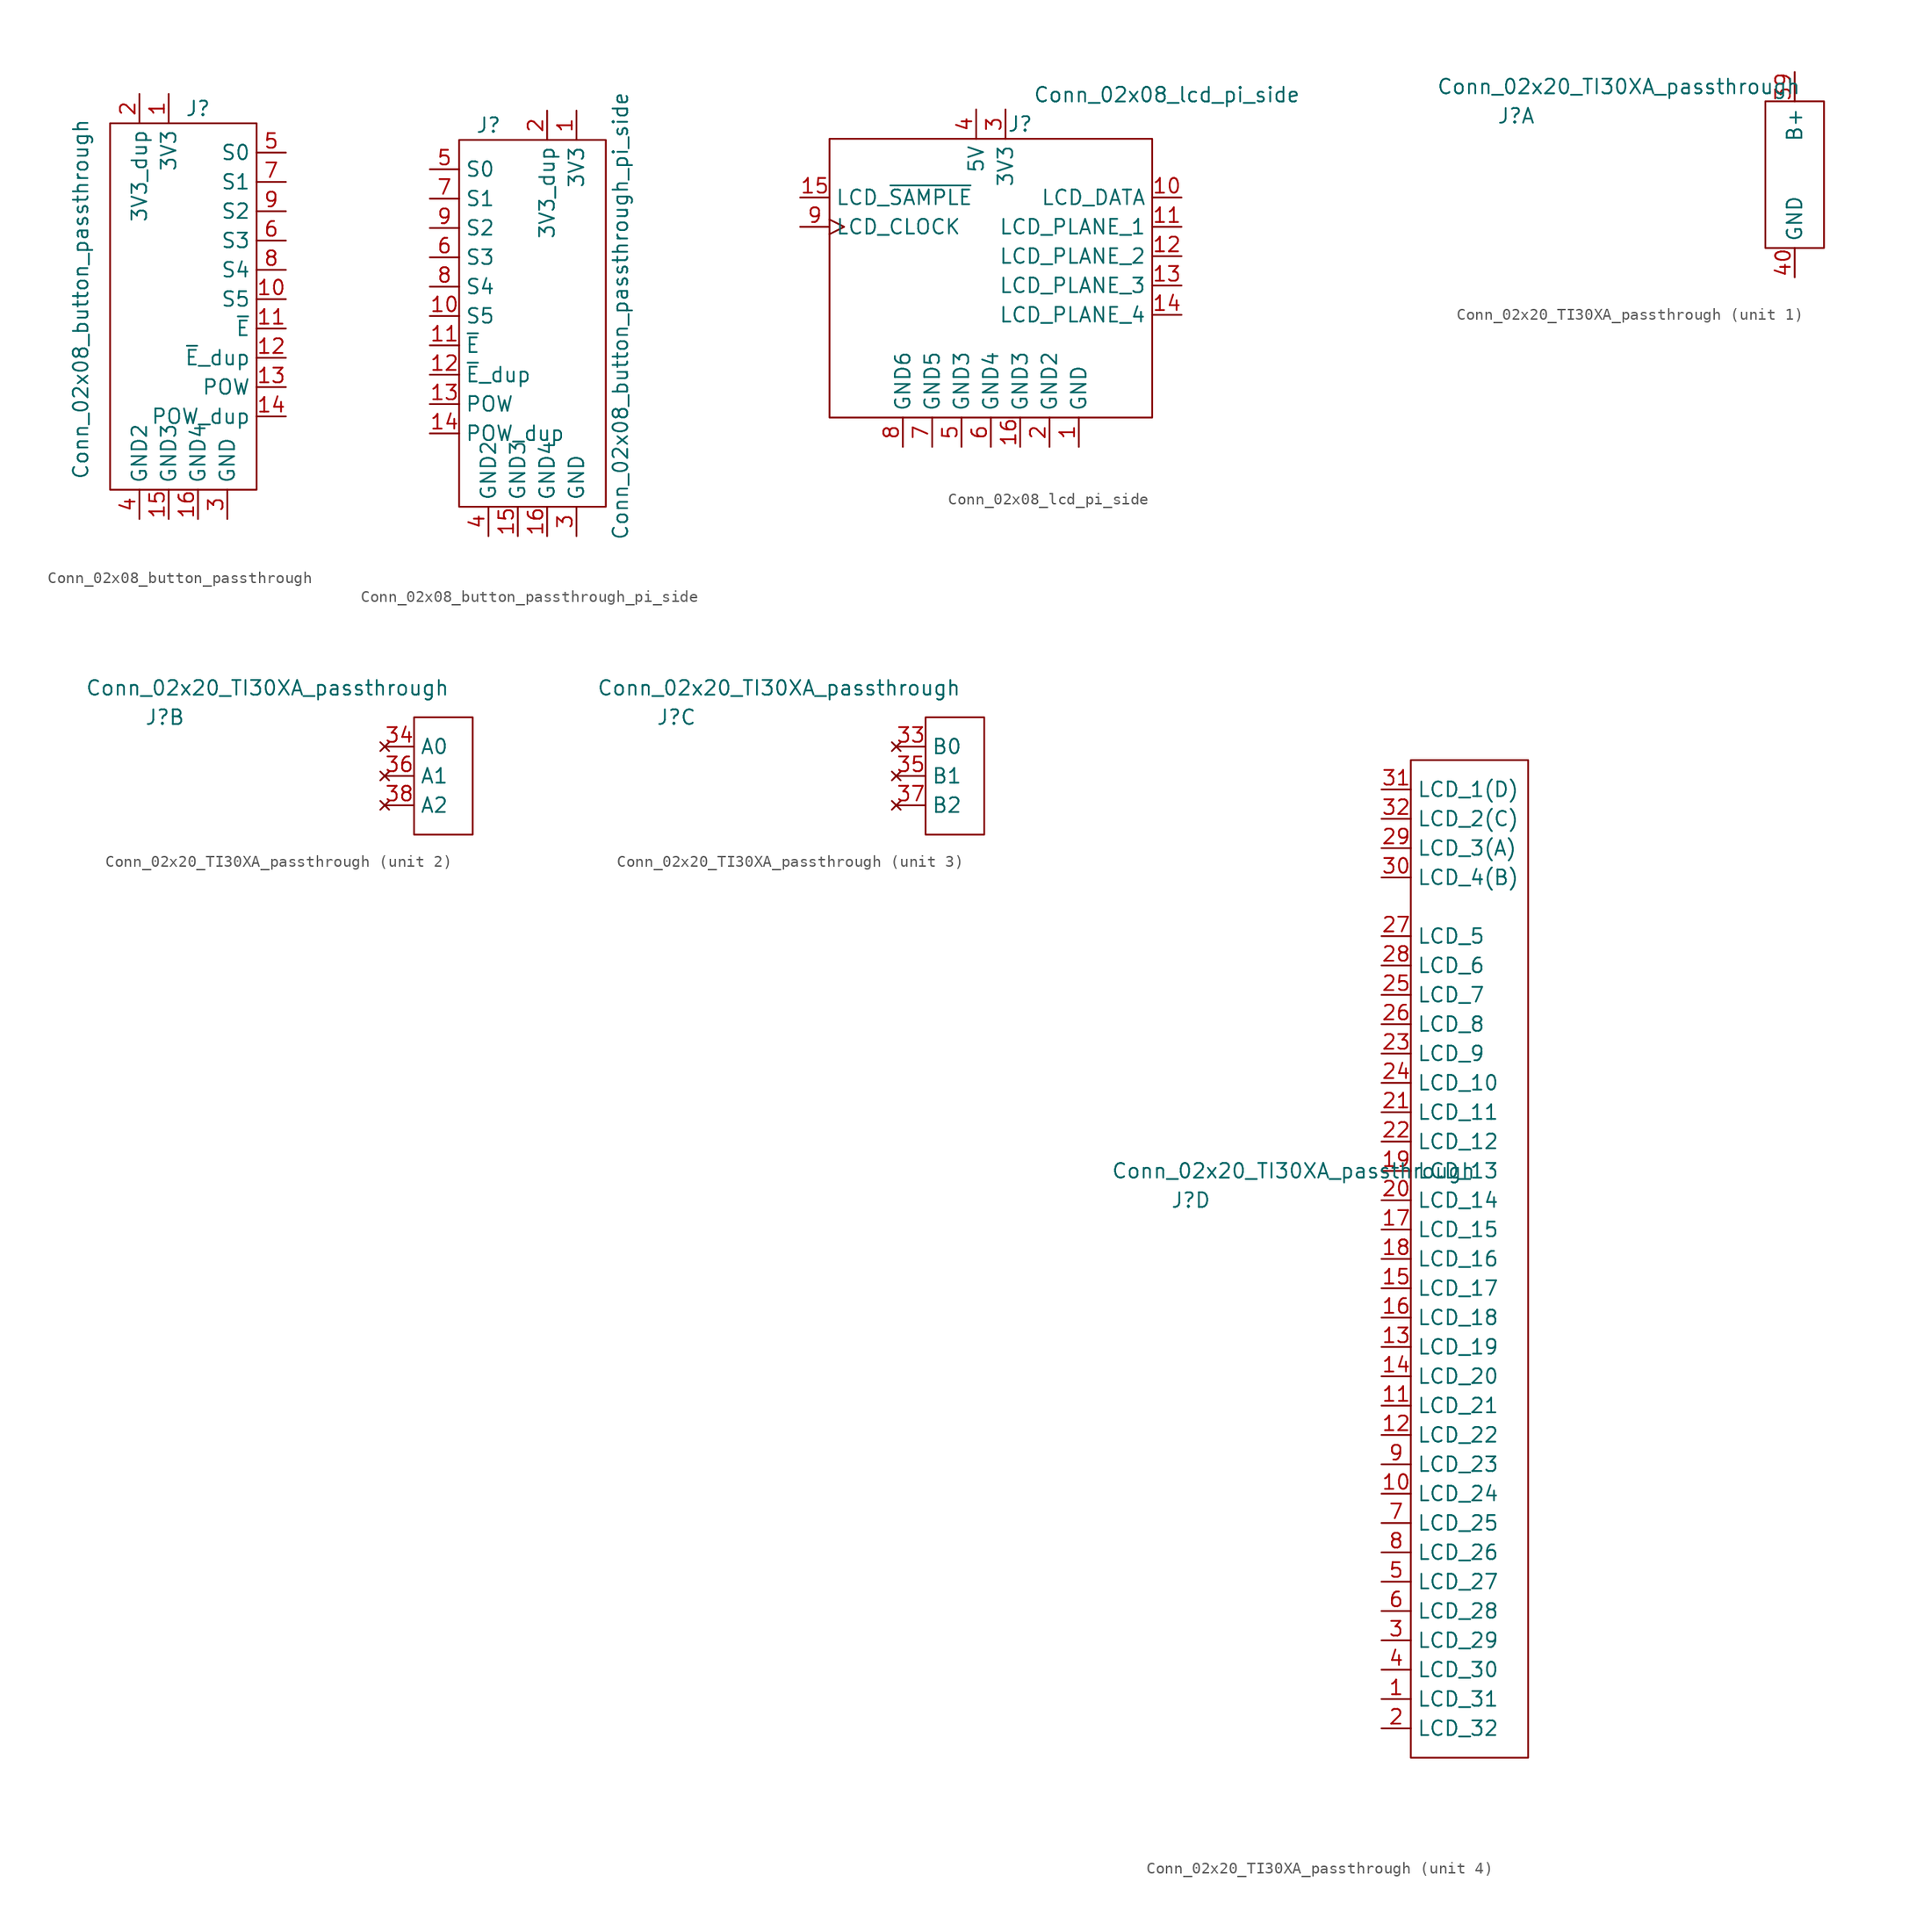
<source format=kicad_sym>
(kicad_symbol_lib
  (version 20211014)
  (generator kicad_symbol_editor)
  (symbol "Conn_02x08_button_passthrough"
    (property "Reference" "J"
      (at -1.27 11.43 0)
      (effects (font (size 1.27 1.27))))
    (property "Value" "Conn_02x08_button_passthrough"
      (at -11.43 -5.08 90)
      (effects (font (size 1.27 1.27))))
    (symbol "Conn_02x08_button_passthrough_0_1"
      (rectangle (start -8.89 10.16) (end 3.81 -21.59) (stroke (width 0) (type default) (color 0 0 0 0)) (fill (type none))))
    (symbol "Conn_02x08_button_passthrough_1_1"
      (pin power_out line (at -3.81 12.7 270) (length 2.54) (name "3V3" (effects (font (size 1.27 1.27)))) (number "1" (effects (font (size 1.27 1.27)))))
      (pin output line (at 6.35 -5.08 180) (length 2.54) (name "S5" (effects (font (size 1.27 1.27)))) (number "10" (effects (font (size 1.27 1.27)))))
      (pin output line (at 6.35 -7.62 180) (length 2.54) (name "~{E}" (effects (font (size 1.27 1.27)))) (number "11" (effects (font (size 1.27 1.27)))))
      (pin free line (at 6.35 -10.16 180) (length 2.54) (name "~{E}_dup" (effects (font (size 1.27 1.27)))) (number "12" (effects (font (size 1.27 1.27)))))
      (pin output line (at 6.35 -12.7 180) (length 2.54) (name "POW" (effects (font (size 1.27 1.27)))) (number "13" (effects (font (size 1.27 1.27)))))
      (pin free line (at 6.35 -15.24 180) (length 2.54) (name "POW_dup" (effects (font (size 1.27 1.27)))) (number "14" (effects (font (size 1.27 1.27)))))
      (pin power_in line (at -3.81 -24.13 90) (length 2.54) (name "GND3" (effects (font (size 1.27 1.27)))) (number "15" (effects (font (size 1.27 1.27)))))
      (pin power_in line (at -1.27 -24.13 90) (length 2.54) (name "GND4" (effects (font (size 1.27 1.27)))) (number "16" (effects (font (size 1.27 1.27)))))
      (pin power_in line (at -6.35 12.7 270) (length 2.54) (name "3V3_dup" (effects (font (size 1.27 1.27)))) (number "2" (effects (font (size 1.27 1.27)))))
      (pin power_in line (at 1.27 -24.13 90) (length 2.54) (name "GND" (effects (font (size 1.27 1.27)))) (number "3" (effects (font (size 1.27 1.27)))))
      (pin power_in line (at -6.35 -24.13 90) (length 2.54) (name "GND2" (effects (font (size 1.27 1.27)))) (number "4" (effects (font (size 1.27 1.27)))))
      (pin output line (at 6.35 7.62 180) (length 2.54) (name "S0" (effects (font (size 1.27 1.27)))) (number "5" (effects (font (size 1.27 1.27)))))
      (pin output line (at 6.35 0 180) (length 2.54) (name "S3" (effects (font (size 1.27 1.27)))) (number "6" (effects (font (size 1.27 1.27)))))
      (pin output line (at 6.35 5.08 180) (length 2.54) (name "S1" (effects (font (size 1.27 1.27)))) (number "7" (effects (font (size 1.27 1.27)))))
      (pin output line (at 6.35 -2.54 180) (length 2.54) (name "S4" (effects (font (size 1.27 1.27)))) (number "8" (effects (font (size 1.27 1.27)))))
      (pin output line (at 6.35 2.54 180) (length 2.54) (name "S2" (effects (font (size 1.27 1.27)))) (number "9" (effects (font (size 1.27 1.27)))))))
  (symbol "Conn_02x08_button_passthrough_pi_side"
    (property "Reference" "J"
      (at -6.35 11.43 0)
      (effects (font (size 1.27 1.27))))
    (property "Value" "Conn_02x08_button_passthrough_pi_side"
      (at 5.08 -5.08 90)
      (effects (font (size 1.27 1.27))))
    (symbol "Conn_02x08_button_passthrough_pi_side_0_1"
      (rectangle (start -8.89 10.16) (end 3.81 -21.59) (stroke (width 0) (type default) (color 0 0 0 0)) (fill (type none))))
    (symbol "Conn_02x08_button_passthrough_pi_side_1_1"
      (pin power_in line (at 1.27 12.7 270) (length 2.54) (name "3V3" (effects (font (size 1.27 1.27)))) (number "1" (effects (font (size 1.27 1.27)))))
      (pin input line (at -11.43 -5.08 0) (length 2.54) (name "S5" (effects (font (size 1.27 1.27)))) (number "10" (effects (font (size 1.27 1.27)))))
      (pin input line (at -11.43 -7.62 0) (length 2.54) (name "~{E}" (effects (font (size 1.27 1.27)))) (number "11" (effects (font (size 1.27 1.27)))))
      (pin passive line (at -11.43 -10.16 0) (length 2.54) (name "~{E}_dup" (effects (font (size 1.27 1.27)))) (number "12" (effects (font (size 1.27 1.27)))))
      (pin input line (at -11.43 -12.7 0) (length 2.54) (name "POW" (effects (font (size 1.27 1.27)))) (number "13" (effects (font (size 1.27 1.27)))))
      (pin passive line (at -11.43 -15.24 0) (length 2.54) (name "POW_dup" (effects (font (size 1.27 1.27)))) (number "14" (effects (font (size 1.27 1.27)))))
      (pin power_in line (at -3.81 -24.13 90) (length 2.54) (name "GND3" (effects (font (size 1.27 1.27)))) (number "15" (effects (font (size 1.27 1.27)))))
      (pin power_in line (at -1.27 -24.13 90) (length 2.54) (name "GND4" (effects (font (size 1.27 1.27)))) (number "16" (effects (font (size 1.27 1.27)))))
      (pin power_in line (at -1.27 12.7 270) (length 2.54) (name "3V3_dup" (effects (font (size 1.27 1.27)))) (number "2" (effects (font (size 1.27 1.27)))))
      (pin power_in line (at 1.27 -24.13 90) (length 2.54) (name "GND" (effects (font (size 1.27 1.27)))) (number "3" (effects (font (size 1.27 1.27)))))
      (pin power_in line (at -6.35 -24.13 90) (length 2.54) (name "GND2" (effects (font (size 1.27 1.27)))) (number "4" (effects (font (size 1.27 1.27)))))
      (pin input line (at -11.43 7.62 0) (length 2.54) (name "S0" (effects (font (size 1.27 1.27)))) (number "5" (effects (font (size 1.27 1.27)))))
      (pin input line (at -11.43 0 0) (length 2.54) (name "S3" (effects (font (size 1.27 1.27)))) (number "6" (effects (font (size 1.27 1.27)))))
      (pin input line (at -11.43 5.08 0) (length 2.54) (name "S1" (effects (font (size 1.27 1.27)))) (number "7" (effects (font (size 1.27 1.27)))))
      (pin input line (at -11.43 -2.54 0) (length 2.54) (name "S4" (effects (font (size 1.27 1.27)))) (number "8" (effects (font (size 1.27 1.27)))))
      (pin input line (at -11.43 2.54 0) (length 2.54) (name "S2" (effects (font (size 1.27 1.27)))) (number "9" (effects (font (size 1.27 1.27)))))))
  (symbol "Conn_02x08_lcd_pi_side"
    (property "Reference" "J"
      (at 2.54 13.97 0)
      (effects (font (size 1.27 1.27))))
    (property "Value" "Conn_02x08_lcd_pi_side"
      (at 15.24 16.51 0)
      (effects (font (size 1.27 1.27))))
    (symbol "Conn_02x08_lcd_pi_side_0_1"
      (rectangle (start -13.97 12.7) (end 13.97 -11.43) (stroke (width 0) (type default) (color 0 0 0 0)) (fill (type none))))
    (symbol "Conn_02x08_lcd_pi_side_1_1"
      (pin power_in line (at 7.62 -13.97 90) (length 2.54) (name "GND" (effects (font (size 1.27 1.27)))) (number "1" (effects (font (size 1.27 1.27)))))
      (pin output line (at 16.51 7.62 180) (length 2.54) (name "LCD_DATA" (effects (font (size 1.27 1.27)))) (number "10" (effects (font (size 1.27 1.27)))))
      (pin output line (at 16.51 5.08 180) (length 2.54) (name "LCD_PLANE_1" (effects (font (size 1.27 1.27)))) (number "11" (effects (font (size 1.27 1.27)))))
      (pin output line (at 16.51 2.54 180) (length 2.54) (name "LCD_PLANE_2" (effects (font (size 1.27 1.27)))) (number "12" (effects (font (size 1.27 1.27)))))
      (pin output line (at 16.51 0 180) (length 2.54) (name "LCD_PLANE_3" (effects (font (size 1.27 1.27)))) (number "13" (effects (font (size 1.27 1.27)))))
      (pin output line (at 16.51 -2.54 180) (length 2.54) (name "LCD_PLANE_4" (effects (font (size 1.27 1.27)))) (number "14" (effects (font (size 1.27 1.27)))))
      (pin input line (at -16.51 7.62 0) (length 2.54) (name "LCD_~{SAMPLE}" (effects (font (size 1.27 1.27)))) (number "15" (effects (font (size 1.27 1.27)))))
      (pin power_in line (at 2.54 -13.97 90) (length 2.54) (name "GND3" (effects (font (size 1.27 1.27)))) (number "16" (effects (font (size 1.27 1.27)))))
      (pin power_in line (at 5.08 -13.97 90) (length 2.54) (name "GND2" (effects (font (size 1.27 1.27)))) (number "2" (effects (font (size 1.27 1.27)))))
      (pin power_in line (at 1.27 15.24 270) (length 2.54) (name "3V3" (effects (font (size 1.27 1.27)))) (number "3" (effects (font (size 1.27 1.27)))))
      (pin power_in line (at -1.27 15.24 270) (length 2.54) (name "5V" (effects (font (size 1.27 1.27)))) (number "4" (effects (font (size 1.27 1.27)))))
      (pin power_in line (at -2.54 -13.97 90) (length 2.54) (name "GND3" (effects (font (size 1.27 1.27)))) (number "5" (effects (font (size 1.27 1.27)))))
      (pin power_in line (at 0 -13.97 90) (length 2.54) (name "GND4" (effects (font (size 1.27 1.27)))) (number "6" (effects (font (size 1.27 1.27)))))
      (pin power_in line (at -5.08 -13.97 90) (length 2.54) (name "GND5" (effects (font (size 1.27 1.27)))) (number "7" (effects (font (size 1.27 1.27)))))
      (pin power_in line (at -7.62 -13.97 90) (length 2.54) (name "GND6" (effects (font (size 1.27 1.27)))) (number "8" (effects (font (size 1.27 1.27)))))
      (pin input clock (at -16.51 5.08 0) (length 2.54) (name "LCD_CLOCK" (effects (font (size 1.27 1.27)))) (number "9" (effects (font (size 1.27 1.27)))))))
  (symbol "Conn_02x20_TI30XA_passthrough"
    (property "Reference" "J"
      (at -24.13 5.08 0)
      (effects (font (size 1.27 1.27))))
    (property "Value" "Conn_02x20_TI30XA_passthrough"
      (at -15.24 7.62 0)
      (effects (font (size 1.27 1.27))))
    (property "ki_locked" ""
      (at 0 0 0)
      (effects (font (size 1.27 1.27))))
    (symbol "Conn_02x20_TI30XA_passthrough_1_1"
      (rectangle (start -2.54 6.35) (end 2.54 -6.35) (stroke (width 0) (type default) (color 0 0 0 0)) (fill (type none)))
      (pin power_out line (at 0 8.89 270) (length 2.54) (name "B+" (effects (font (size 1.27 1.27)))) (number "39" (effects (font (size 1.27 1.27)))))
      (pin power_out line (at 0 -8.89 90) (length 2.54) (name "GND" (effects (font (size 1.27 1.27)))) (number "40" (effects (font (size 1.27 1.27))))))
    (symbol "Conn_02x20_TI30XA_passthrough_2_1"
      (rectangle (start -2.54 5.08) (end 2.54 -5.08) (stroke (width 0) (type default) (color 0 0 0 0)) (fill (type none)))
      (pin no_connect line (at -5.08 2.54 0) (length 2.54) (name "A0" (effects (font (size 1.27 1.27)))) (number "34" (effects (font (size 1.27 1.27)))))
      (pin no_connect line (at -5.08 0 0) (length 2.54) (name "A1" (effects (font (size 1.27 1.27)))) (number "36" (effects (font (size 1.27 1.27)))))
      (pin no_connect line (at -5.08 -2.54 0) (length 2.54) (name "A2" (effects (font (size 1.27 1.27)))) (number "38" (effects (font (size 1.27 1.27))))))
    (symbol "Conn_02x20_TI30XA_passthrough_3_1"
      (rectangle (start -2.54 5.08) (end 2.54 -5.08) (stroke (width 0) (type default) (color 0 0 0 0)) (fill (type none)))
      (pin no_connect line (at -5.08 2.54 0) (length 2.54) (name "B0" (effects (font (size 1.27 1.27)))) (number "33" (effects (font (size 1.27 1.27)))))
      (pin no_connect line (at -5.08 0 0) (length 2.54) (name "B1" (effects (font (size 1.27 1.27)))) (number "35" (effects (font (size 1.27 1.27)))))
      (pin no_connect line (at -5.08 -2.54 0) (length 2.54) (name "B2" (effects (font (size 1.27 1.27)))) (number "37" (effects (font (size 1.27 1.27))))))
    (symbol "Conn_02x20_TI30XA_passthrough_4_1"
      (rectangle (start 5.08 43.18) (end -5.08 -43.18) (stroke (width 0) (type default) (color 0 0 0 0)) (fill (type none)))
      (pin input line (at -7.62 -38.1 0) (length 2.54) (name "LCD_31" (effects (font (size 1.27 1.27)))) (number "1" (effects (font (size 1.27 1.27)))))
      (pin input line (at -7.62 -20.32 0) (length 2.54) (name "LCD_24" (effects (font (size 1.27 1.27)))) (number "10" (effects (font (size 1.27 1.27)))))
      (pin input line (at -7.62 -12.7 0) (length 2.54) (name "LCD_21" (effects (font (size 1.27 1.27)))) (number "11" (effects (font (size 1.27 1.27)))))
      (pin input line (at -7.62 -15.24 0) (length 2.54) (name "LCD_22" (effects (font (size 1.27 1.27)))) (number "12" (effects (font (size 1.27 1.27)))))
      (pin input line (at -7.62 -7.62 0) (length 2.54) (name "LCD_19" (effects (font (size 1.27 1.27)))) (number "13" (effects (font (size 1.27 1.27)))))
      (pin input line (at -7.62 -10.16 0) (length 2.54) (name "LCD_20" (effects (font (size 1.27 1.27)))) (number "14" (effects (font (size 1.27 1.27)))))
      (pin input line (at -7.62 -2.54 0) (length 2.54) (name "LCD_17" (effects (font (size 1.27 1.27)))) (number "15" (effects (font (size 1.27 1.27)))))
      (pin input line (at -7.62 -5.08 0) (length 2.54) (name "LCD_18" (effects (font (size 1.27 1.27)))) (number "16" (effects (font (size 1.27 1.27)))))
      (pin input line (at -7.62 2.54 0) (length 2.54) (name "LCD_15" (effects (font (size 1.27 1.27)))) (number "17" (effects (font (size 1.27 1.27)))))
      (pin input line (at -7.62 0 0) (length 2.54) (name "LCD_16" (effects (font (size 1.27 1.27)))) (number "18" (effects (font (size 1.27 1.27)))))
      (pin input line (at -7.62 7.62 0) (length 2.54) (name "LCD_13" (effects (font (size 1.27 1.27)))) (number "19" (effects (font (size 1.27 1.27)))))
      (pin input line (at -7.62 -40.64 0) (length 2.54) (name "LCD_32" (effects (font (size 1.27 1.27)))) (number "2" (effects (font (size 1.27 1.27)))))
      (pin input line (at -7.62 5.08 0) (length 2.54) (name "LCD_14" (effects (font (size 1.27 1.27)))) (number "20" (effects (font (size 1.27 1.27)))))
      (pin input line (at -7.62 12.7 0) (length 2.54) (name "LCD_11" (effects (font (size 1.27 1.27)))) (number "21" (effects (font (size 1.27 1.27)))))
      (pin input line (at -7.62 10.16 0) (length 2.54) (name "LCD_12" (effects (font (size 1.27 1.27)))) (number "22" (effects (font (size 1.27 1.27)))))
      (pin input line (at -7.62 17.78 0) (length 2.54) (name "LCD_9" (effects (font (size 1.27 1.27)))) (number "23" (effects (font (size 1.27 1.27)))))
      (pin input line (at -7.62 15.24 0) (length 2.54) (name "LCD_10" (effects (font (size 1.27 1.27)))) (number "24" (effects (font (size 1.27 1.27)))))
      (pin input line (at -7.62 22.86 0) (length 2.54) (name "LCD_7" (effects (font (size 1.27 1.27)))) (number "25" (effects (font (size 1.27 1.27)))))
      (pin input line (at -7.62 20.32 0) (length 2.54) (name "LCD_8" (effects (font (size 1.27 1.27)))) (number "26" (effects (font (size 1.27 1.27)))))
      (pin input line (at -7.62 27.94 0) (length 2.54) (name "LCD_5" (effects (font (size 1.27 1.27)))) (number "27" (effects (font (size 1.27 1.27)))))
      (pin input line (at -7.62 25.4 0) (length 2.54) (name "LCD_6" (effects (font (size 1.27 1.27)))) (number "28" (effects (font (size 1.27 1.27)))))
      (pin input line (at -7.62 35.56 0) (length 2.54) (name "LCD_3(A)" (effects (font (size 1.27 1.27)))) (number "29" (effects (font (size 1.27 1.27)))))
      (pin input line (at -7.62 -33.02 0) (length 2.54) (name "LCD_29" (effects (font (size 1.27 1.27)))) (number "3" (effects (font (size 1.27 1.27)))))
      (pin input line (at -7.62 33.02 0) (length 2.54) (name "LCD_4(B)" (effects (font (size 1.27 1.27)))) (number "30" (effects (font (size 1.27 1.27)))))
      (pin input line (at -7.62 40.64 0) (length 2.54) (name "LCD_1(D)" (effects (font (size 1.27 1.27)))) (number "31" (effects (font (size 1.27 1.27)))))
      (pin input line (at -7.62 38.1 0) (length 2.54) (name "LCD_2(C)" (effects (font (size 1.27 1.27)))) (number "32" (effects (font (size 1.27 1.27)))))
      (pin input line (at -7.62 -35.56 0) (length 2.54) (name "LCD_30" (effects (font (size 1.27 1.27)))) (number "4" (effects (font (size 1.27 1.27)))))
      (pin input line (at -7.62 -27.94 0) (length 2.54) (name "LCD_27" (effects (font (size 1.27 1.27)))) (number "5" (effects (font (size 1.27 1.27)))))
      (pin input line (at -7.62 -30.48 0) (length 2.54) (name "LCD_28" (effects (font (size 1.27 1.27)))) (number "6" (effects (font (size 1.27 1.27)))))
      (pin input line (at -7.62 -22.86 0) (length 2.54) (name "LCD_25" (effects (font (size 1.27 1.27)))) (number "7" (effects (font (size 1.27 1.27)))))
      (pin input line (at -7.62 -25.4 0) (length 2.54) (name "LCD_26" (effects (font (size 1.27 1.27)))) (number "8" (effects (font (size 1.27 1.27)))))
      (pin input line (at -7.62 -17.78 0) (length 2.54) (name "LCD_23" (effects (font (size 1.27 1.27)))) (number "9" (effects (font (size 1.27 1.27))))))))
</source>
